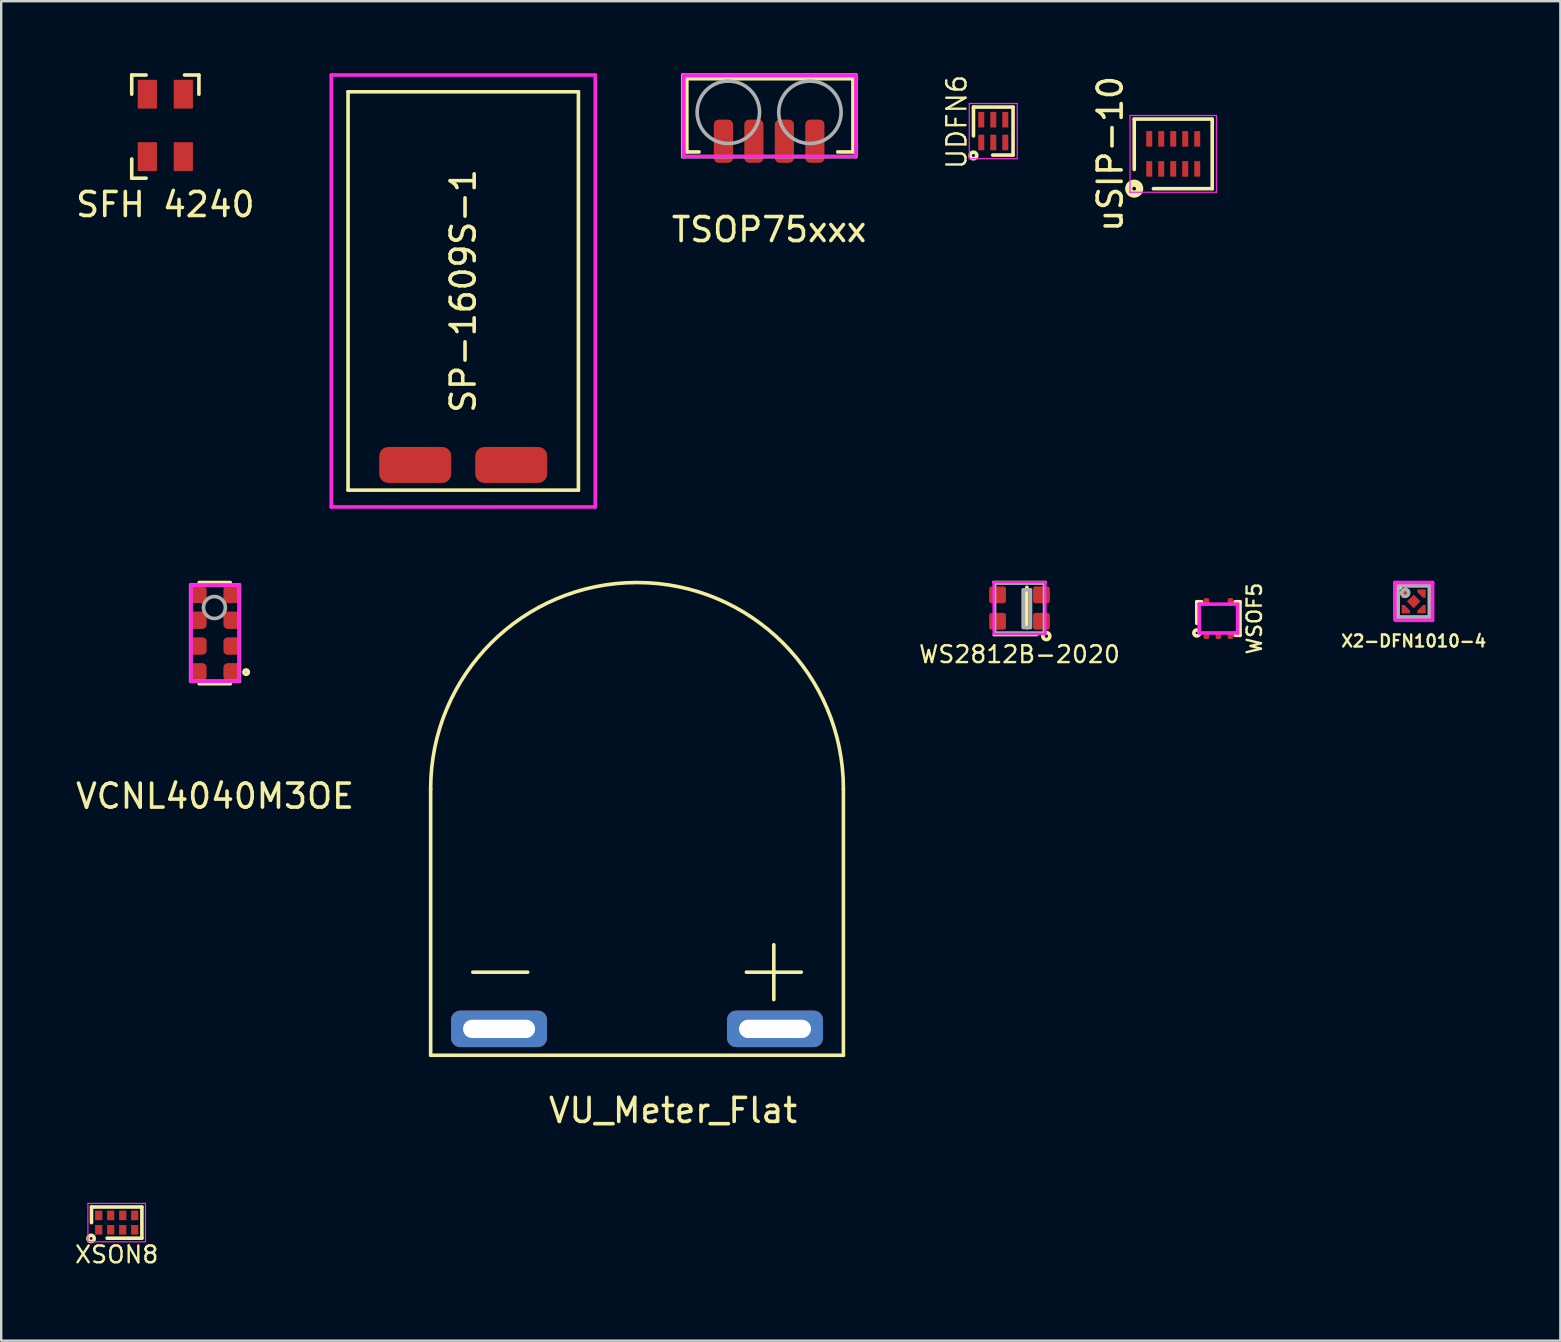
<source format=kicad_pcb>
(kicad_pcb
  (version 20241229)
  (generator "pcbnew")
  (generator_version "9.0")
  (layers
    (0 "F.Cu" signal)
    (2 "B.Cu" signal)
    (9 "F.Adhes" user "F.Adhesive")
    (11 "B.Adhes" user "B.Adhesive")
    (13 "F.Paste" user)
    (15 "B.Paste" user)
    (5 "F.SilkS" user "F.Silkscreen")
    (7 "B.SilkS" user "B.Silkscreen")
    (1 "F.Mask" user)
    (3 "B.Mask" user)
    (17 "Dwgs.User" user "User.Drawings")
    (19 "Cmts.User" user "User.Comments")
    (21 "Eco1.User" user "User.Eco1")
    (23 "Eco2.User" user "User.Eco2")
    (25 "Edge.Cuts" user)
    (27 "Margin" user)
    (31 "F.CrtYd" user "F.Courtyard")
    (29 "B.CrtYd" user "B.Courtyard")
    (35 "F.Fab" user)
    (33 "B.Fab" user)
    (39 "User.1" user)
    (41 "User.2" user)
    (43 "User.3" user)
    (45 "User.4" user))
  (footprint "SFH 4240"
    (layer "F.Cu")
    (at 3.839 2.175)
    (property "Reference" "SFH 4240" (at 0 3.3 0) (layer "F.SilkS") (effects (font (size 1 1) (thickness 0.15))))
    (attr through_hole)
    (fp_line (start -1.4 -2.1) (end -0.8 -2.1) (stroke (width 0.15) (type solid)) (layer "F.SilkS"))
    (fp_line (start -1.4 -1.3) (end -1.4 -2.1) (stroke (width 0.15) (type solid)) (layer "F.SilkS"))
    (fp_line (start -1.4 2.2) (end -1.4 1.4) (stroke (width 0.15) (type solid)) (layer "F.SilkS"))
    (fp_line (start -0.8 2.2) (end -1.4 2.2) (stroke (width 0.15) (type solid)) (layer "F.SilkS"))
    (fp_line (start 0.8 -2.1) (end 1.4 -2.1) (stroke (width 0.15) (type solid)) (layer "F.SilkS"))
    (fp_line (start 1.4 -2.1) (end 1.4 -1.3) (stroke (width 0.15) (type solid)) (layer "F.SilkS"))
    (pad "1" smd rect (at -0.75 -1.3) (size 0.8 1.2) (layers "F.Cu" "F.Mask" "F.Paste"))
    (pad "1" smd rect (at -0.75 1.3) (size 0.8 1.2) (layers "F.Cu" "F.Mask" "F.Paste"))
    (pad "1" smd rect (at 0.75 -1.3) (size 0.8 1.2) (layers "F.Cu" "F.Mask" "F.Paste"))
    (pad "2" smd rect (at 0.75 1.3) (size 0.8 1.2) (layers "F.Cu" "F.Mask" "F.Paste")))
  (footprint "VCNL4040M3OE"
    (layer "F.Cu")
    (at 5.911 23.333)
    (property "Reference" "VCNL4040M3OE" (at 0 6.795 0) (layer "F.SilkS") (effects (font (size 1 1) (thickness 0.15))))
    (attr through_hole)
    (fp_line (start -0.66 -2.108) (end 0.635 -2.108) (stroke (width 0.15) (type solid)) (layer "F.SilkS"))
    (fp_line (start -0.66 2.108) (end 0.635 2.108) (stroke (width 0.15) (type solid)) (layer "F.SilkS"))
    (fp_circle (center 1.295 1.626) (end 1.372 1.676) (stroke (width 0.15) (type solid)) (fill no) (layer "F.SilkS"))
    (fp_line (start -1 -2) (end 1 -2) (stroke (width 0.15) (type solid)) (layer "F.CrtYd"))
    (fp_line (start -1 2) (end -1 -2) (stroke (width 0.15) (type solid)) (layer "F.CrtYd"))
    (fp_line (start 1 -2) (end 1 2) (stroke (width 0.15) (type solid)) (layer "F.CrtYd"))
    (fp_line (start 1 2) (end -1 2) (stroke (width 0.15) (type solid)) (layer "F.CrtYd"))
    (fp_line (start -1.016 -2.007) (end 1.016 -2.007) (stroke (width 0.15) (type solid)) (layer "F.Fab"))
    (fp_line (start -1.016 2.007) (end -1.016 -2.007) (stroke (width 0.15) (type solid)) (layer "F.Fab"))
    (fp_line (start 1.016 -2.007) (end 1.016 2.007) (stroke (width 0.15) (type solid)) (layer "F.Fab"))
    (fp_line (start 1.016 2.007) (end -1.016 2.007) (stroke (width 0.15) (type solid)) (layer "F.Fab"))
    (fp_circle (center -0.025 -1.067) (end 0.432 -1.041) (stroke (width 0.15) (type solid)) (fill no) (layer "F.Fab"))
    (pad "1" smd roundrect (at 0.7 1.613) (size 0.7 0.725) (layers "F.Cu" "F.Mask" "F.Paste") (roundrect_rratio 0.25))
    (pad "2" smd roundrect (at 0.7 0.537) (size 0.7 0.725) (layers "F.Cu" "F.Mask" "F.Paste") (roundrect_rratio 0.25))
    (pad "3" smd roundrect (at 0.7 -0.537) (size 0.7 0.725) (layers "F.Cu" "F.Mask" "F.Paste") (roundrect_rratio 0.25))
    (pad "4" smd roundrect (at 0.7 -1.613) (size 0.7 0.725) (layers "F.Cu" "F.Mask" "F.Paste") (roundrect_rratio 0.25))
    (pad "5" smd roundrect (at -0.7 -1.613) (size 0.7 0.725) (layers "F.Cu" "F.Mask" "F.Paste") (roundrect_rratio 0.25))
    (pad "6" smd roundrect (at -0.7 -0.537) (size 0.7 0.725) (layers "F.Cu" "F.Mask" "F.Paste") (roundrect_rratio 0.25))
    (pad "7" smd roundrect (at -0.7 0.537) (size 0.7 0.725) (layers "F.Cu" "F.Mask" "F.Paste") (roundrect_rratio 0.25))
    (pad "8" smd roundrect (at -0.7 1.613) (size 0.7 0.725) (layers "F.Cu" "F.Mask" "F.Paste") (roundrect_rratio 0.25)))
  (footprint "UDFN6"
    (layer "F.Cu")
    (at 38.341 2.413)
    (property "Reference" "UDFN6" (at -1.524 -0.381 90) (layer "F.SilkS") (effects (font (size 0.8 0.8) (thickness 0.1))))
    (attr smd)
    (fp_line (start -0.825 -1) (end 0.825 -1) (stroke (width 0.15) (type solid)) (layer "F.SilkS"))
    (fp_line (start -0.825 0.2) (end -0.825 -1) (stroke (width 0.15) (type solid)) (layer "F.SilkS"))
    (fp_line (start 0.825 -1) (end 0.825 1) (stroke (width 0.15) (type solid)) (layer "F.SilkS"))
    (fp_line (start 0.825 1) (end -0.025 1) (stroke (width 0.15) (type solid)) (layer "F.SilkS"))
    (fp_circle (center -0.826 1.016) (end -0.762 1.016) (stroke (width 0.15) (type solid)) (fill no) (layer "F.SilkS"))
    (fp_line (start -1 -1.15) (end 1 -1.15) (stroke (width 0.05) (type solid)) (layer "F.CrtYd"))
    (fp_line (start -1 1.15) (end -1 -1.15) (stroke (width 0.05) (type solid)) (layer "F.CrtYd"))
    (fp_line (start 1 -1.15) (end 1 1.15) (stroke (width 0.05) (type solid)) (layer "F.CrtYd"))
    (fp_line (start 1 1.15) (end -1 1.15) (stroke (width 0.05) (type solid)) (layer "F.CrtYd"))
    (pad "1" smd rect (at -0.5 0.475) (size 0.25 0.65) (layers "F.Cu" "F.Mask" "F.Paste"))
    (pad "2" smd rect (at 0 0.475) (size 0.25 0.65) (layers "F.Cu" "F.Mask" "F.Paste"))
    (pad "3" smd rect (at 0.5 0.475) (size 0.25 0.65) (layers "F.Cu" "F.Mask" "F.Paste"))
    (pad "4" smd rect (at 0.5 -0.475) (size 0.25 0.65) (layers "F.Cu" "F.Mask" "F.Paste"))
    (pad "5" smd rect (at 0 -0.475) (size 0.25 0.65) (layers "F.Cu" "F.Mask" "F.Paste"))
    (pad "6" smd rect (at -0.5 -0.475) (size 0.25 0.65) (layers "F.Cu" "F.Mask" "F.Paste")))
  (footprint "WS2812B-2020"
    (layer "F.Cu")
    (at 39.435 22.29)
    (property "Reference" "WS2812B-2020" (at 0 1.93 0) (layer "F.SilkS") (effects (font (size 0.7 0.7) (thickness 0.1))))
    (attr smd)
    (fp_line (start -1.079 -1.079) (end 1.079 -1.079) (stroke (width 0.12) (type solid)) (layer "F.SilkS"))
    (fp_line (start 0.305 -0.864) (end 0.305 0.813) (stroke (width 0.15) (type solid)) (layer "F.SilkS"))
    (fp_line (start 0.711 1.118) (end -1.067 1.118) (stroke (width 0.12) (type solid)) (layer "F.SilkS"))
    (fp_circle (center 1.118 1.168) (end 1.168 1.219) (stroke (width 0.15) (type solid)) (fill no) (layer "F.SilkS"))
    (fp_line (start -1.079 -1.079) (end 1.079 -1.079) (stroke (width 0.1) (type solid)) (layer "F.CrtYd"))
    (fp_line (start -1.079 1.079) (end -1.079 -1.079) (stroke (width 0.1) (type solid)) (layer "F.CrtYd"))
    (fp_line (start 1.079 -1.079) (end 1.079 1.079) (stroke (width 0.1) (type solid)) (layer "F.CrtYd"))
    (fp_line (start 1.079 1.079) (end -1.079 1.079) (stroke (width 0.1) (type solid)) (layer "F.CrtYd"))
    (fp_line (start -1.016 -1.016) (end 1.016 -1.016) (stroke (width 0.1) (type solid)) (layer "F.Fab"))
    (fp_line (start -1.016 1.016) (end -1.016 -1.016) (stroke (width 0.1) (type solid)) (layer "F.Fab"))
    (fp_line (start 1.016 -1.016) (end 1.016 1.016) (stroke (width 0.1) (type solid)) (layer "F.Fab"))
    (fp_line (start 1.016 1.016) (end -1.016 1.016) (stroke (width 0.1) (type solid)) (layer "F.Fab"))
    (fp_poly (pts (xy 0.152 -0.762) (xy 0.152 0.813) (xy 0.457 0.813) (xy 0.457 -0.762)) (stroke (width 0.15) (type solid)) (fill no) (layer "F.Fab"))
    (pad "1" smd roundrect (at -0.915 0.55) (size 0.7 0.7) (layers "F.Cu" "F.Mask" "F.Paste") (roundrect_rratio 0.14))
    (pad "2" smd roundrect (at 0.915 0.55) (size 0.7 0.7) (layers "F.Cu" "F.Mask" "F.Paste") (roundrect_rratio 0.14))
    (pad "3" smd roundrect (at 0.915 -0.55) (size 0.7 0.7) (layers "F.Cu" "F.Mask" "F.Paste") (roundrect_rratio 0.14))
    (pad "4" smd roundrect (at -0.915 -0.55) (size 0.7 0.7) (layers "F.Cu" "F.Mask" "F.Paste") (roundrect_rratio 0.14)))
  (footprint "X2-DFN1010-4"
    (layer "F.Cu")
    (at 55.862 22.012)
    (property "Reference" "X2-DFN1010-4" (at 0 1.651 0) (layer "F.SilkS") (effects (font (size 0.5 0.5) (thickness 0.1))))
    (attr through_hole)
    (fp_line (start -0.66 0.66) (end -0.66 -0.381) (stroke (width 0.15) (type solid)) (layer "F.SilkS"))
    (fp_line (start -0.381 -0.66) (end 0.66 -0.66) (stroke (width 0.15) (type solid)) (layer "F.SilkS"))
    (fp_line (start 0.66 -0.66) (end 0.66 0.66) (stroke (width 0.15) (type solid)) (layer "F.SilkS"))
    (fp_line (start 0.66 0.66) (end -0.66 0.66) (stroke (width 0.15) (type solid)) (layer "F.SilkS"))
    (fp_circle (center -0.66 -0.66) (end -0.61 -0.66) (stroke (width 0.15) (type solid)) (fill no) (layer "F.SilkS"))
    (fp_line (start -0.787 -0.787) (end 0.787 -0.787) (stroke (width 0.15) (type solid)) (layer "F.CrtYd"))
    (fp_line (start -0.787 0.762) (end -0.787 -0.787) (stroke (width 0.15) (type solid)) (layer "F.CrtYd"))
    (fp_line (start 0.787 -0.787) (end 0.787 0.787) (stroke (width 0.15) (type solid)) (layer "F.CrtYd"))
    (fp_line (start 0.787 0.787) (end -0.762 0.787) (stroke (width 0.15) (type solid)) (layer "F.CrtYd"))
    (fp_line (start -0.66 0.66) (end -0.66 -0.66) (stroke (width 0.15) (type solid)) (layer "F.Fab"))
    (fp_line (start 0.66 -0.66) (end -0.66 -0.66) (stroke (width 0.15) (type solid)) (layer "F.Fab"))
    (fp_line (start 0.66 -0.66) (end 0.66 0.66) (stroke (width 0.15) (type solid)) (layer "F.Fab"))
    (fp_line (start 0.66 0.66) (end -0.66 0.66) (stroke (width 0.15) (type solid)) (layer "F.Fab"))
    (fp_circle (center -0.356 -0.356) (end -0.305 -0.305) (stroke (width 0.15) (type solid)) (fill no) (layer "F.Fab"))
    (pad "1" smd custom (at -0.325 -0.325) (size 0.1 0.1) (layers "F.Cu" "F.Mask" "F.Paste") (options (anchor rect)) (primitives (gr_poly (pts (xy -0.175 -0.175) (xy -0.175 0.175) (xy -0.063 0.175) (xy 0.175 -0.063) (xy 0.175 -0.175)) (width 0) (fill yes))))
    (pad "2" smd custom (at -0.325 0.325 90) (size 0.1 0.1) (layers "F.Cu" "F.Mask" "F.Paste") (options (anchor rect)) (primitives (gr_poly (pts (xy -0.175 -0.175) (xy -0.175 0.175) (xy -0.063 0.175) (xy 0.175 -0.063) (xy 0.175 -0.175)) (width 0) (fill yes))))
    (pad "3" smd custom (at 0.325 0.325 180) (size 0.1 0.1) (layers "F.Cu" "F.Mask" "F.Paste") (options (anchor rect)) (primitives (gr_poly (pts (xy -0.175 -0.175) (xy -0.175 0.175) (xy -0.063 0.175) (xy 0.175 -0.063) (xy 0.175 -0.175)) (width 0) (fill yes))))
    (pad "4" smd custom (at 0.325 -0.325 270) (size 0.1 0.1) (layers "F.Cu" "F.Mask" "F.Paste") (options (anchor rect)) (primitives (gr_poly (pts (xy -0.175 -0.175) (xy -0.175 0.175) (xy -0.063 0.175) (xy 0.175 -0.063) (xy 0.175 -0.175)) (width 0) (fill yes))))
    (pad "5" smd rect (at 0 0 45) (size 0.4 0.4) (layers "F.Cu" "F.Mask" "F.Paste")))
  (footprint "WSOF5"
    (layer "F.Cu")
    (at 47.723 22.726)
    (property "Reference" "WSOF5" (at 1.5 0 90) (layer "F.SilkS") (effects (font (size 0.6 0.6) (thickness 0.1))))
    (attr smd)
    (fp_line (start -0.9 -0.7) (end -0.9 0.2) (stroke (width 0.15) (type solid)) (layer "F.SilkS"))
    (fp_line (start -0.7 -0.7) (end -0.9 -0.7) (stroke (width 0.15) (type solid)) (layer "F.SilkS"))
    (fp_line (start 0.7 -0.7) (end 0.9 -0.7) (stroke (width 0.15) (type solid)) (layer "F.SilkS"))
    (fp_line (start 0.7 0.7) (end 0.9 0.7) (stroke (width 0.15) (type solid)) (layer "F.SilkS"))
    (fp_line (start 0.9 0.7) (end 0.9 -0.7) (stroke (width 0.15) (type solid)) (layer "F.SilkS"))
    (fp_circle (center -0.9 0.6) (end -0.85 0.6) (stroke (width 0.15) (type solid)) (fill no) (layer "F.SilkS"))
    (fp_line (start -0.8 -0.6) (end 0.8 -0.6) (stroke (width 0.15) (type solid)) (layer "F.CrtYd"))
    (fp_line (start -0.8 0.6) (end -0.8 -0.6) (stroke (width 0.15) (type solid)) (layer "F.CrtYd"))
    (fp_line (start 0.8 -0.6) (end 0.8 0.6) (stroke (width 0.15) (type solid)) (layer "F.CrtYd"))
    (fp_line (start 0.8 0.6) (end -0.8 0.6) (stroke (width 0.15) (type solid)) (layer "F.CrtYd"))
    (pad "1" smd roundrect (at -0.5 0.7) (size 0.23 0.3) (layers "F.Cu" "F.Mask" "F.Paste") (roundrect_rratio 0.25))
    (pad "2" smd roundrect (at 0 0.7) (size 0.23 0.3) (layers "F.Cu" "F.Mask" "F.Paste") (roundrect_rratio 0.25))
    (pad "3" smd roundrect (at 0.5 0.7) (size 0.23 0.3) (layers "F.Cu" "F.Mask" "F.Paste") (roundrect_rratio 0.25))
    (pad "4" smd roundrect (at 0.5 -0.7) (size 0.23 0.3) (layers "F.Cu" "F.Mask" "F.Paste") (roundrect_rratio 0.25))
    (pad "5" smd roundrect (at -0.5 -0.7) (size 0.23 0.3) (layers "F.Cu" "F.Mask" "F.Paste") (roundrect_rratio 0.25)))
  (footprint "VU_Meter_Flat"
    (layer "F.Cu")
    (at 23.496 39.825)
    (property "Reference" "VU_Meter_Flat" (at 1.5 3.4 0) (layer "F.SilkS") (effects (font (size 1 1) (thickness 0.15))))
    (attr through_hole)
    (fp_line (start -8.6 1.1) (end -8.6 -10) (stroke (width 0.15) (type solid)) (layer "F.SilkS"))
    (fp_line (start 8.6 -10) (end 8.6 1.1) (stroke (width 0.15) (type solid)) (layer "F.SilkS"))
    (fp_line (start 8.6 1.1) (end -8.6 1.1) (stroke (width 0.15) (type solid)) (layer "F.SilkS"))
    (fp_arc (start -8.6 -10) (mid 0 -18.6) (end 8.6 -10) (stroke (width 0.15) (type solid)) (layer "F.SilkS"))
    (fp_text user "+" (at 5.7 -2.6 0) (layer "F.SilkS") (effects (font (size 3 3) (thickness 0.15))))
    (fp_text user "-" (at -5.7 -2.6 0) (layer "F.SilkS") (effects (font (size 3 3) (thickness 0.15))))
    (pad "1" thru_hole roundrect (at -5.75 0) (size 4 1.524) (drill oval 3 0.762) (layers "*.Cu" "*.Mask") (roundrect_rratio 0.25))
    (pad "2" thru_hole roundrect (at 5.75 0) (size 4 1.524) (drill oval 3 0.762) (layers "*.Cu" "*.Mask") (roundrect_rratio 0.25)))
  (footprint "XSON8"
    (layer "F.Cu")
    (at 1.813 47.898)
    (property "Reference" "XSON8" (at 0 1.333 180) (layer "F.SilkS") (effects (font (size 0.7 0.7) (thickness 0.1))))
    (attr smd)
    (fp_line (start -1.05 -0.65) (end 1.05 -0.65) (stroke (width 0.15) (type solid)) (layer "F.SilkS"))
    (fp_line (start -1.05 0) (end -1.05 -0.65) (stroke (width 0.15) (type solid)) (layer "F.SilkS"))
    (fp_line (start 1.05 -0.65) (end 1.05 0.65) (stroke (width 0.15) (type solid)) (layer "F.SilkS"))
    (fp_line (start 1.05 0.65) (end -0.4 0.65) (stroke (width 0.15) (type solid)) (layer "F.SilkS"))
    (fp_circle (center -1.067 0.66) (end -1.041 0.711) (stroke (width 0.15) (type solid)) (fill no) (layer "F.SilkS"))
    (fp_line (start -1.2 -0.8) (end 1.2 -0.8) (stroke (width 0.05) (type solid)) (layer "F.CrtYd"))
    (fp_line (start -1.2 0.8) (end -1.2 -0.8) (stroke (width 0.05) (type solid)) (layer "F.CrtYd"))
    (fp_line (start 1.2 -0.8) (end 1.2 0.8) (stroke (width 0.05) (type solid)) (layer "F.CrtYd"))
    (fp_line (start 1.2 0.8) (end -1.2 0.8) (stroke (width 0.05) (type solid)) (layer "F.CrtYd"))
    (pad "1" smd rect (at -0.75 0.3) (size 0.3 0.4) (layers "F.Cu" "F.Mask" "F.Paste"))
    (pad "2" smd rect (at -0.25 0.3) (size 0.3 0.4) (layers "F.Cu" "F.Mask" "F.Paste"))
    (pad "3" smd rect (at 0.25 0.3) (size 0.3 0.4) (layers "F.Cu" "F.Mask" "F.Paste"))
    (pad "4" smd rect (at 0.75 0.3) (size 0.3 0.4) (layers "F.Cu" "F.Mask" "F.Paste"))
    (pad "5" smd rect (at 0.75 -0.3) (size 0.3 0.4) (layers "F.Cu" "F.Mask" "F.Paste"))
    (pad "6" smd rect (at 0.25 -0.3) (size 0.3 0.4) (layers "F.Cu" "F.Mask" "F.Paste"))
    (pad "7" smd rect (at -0.25 -0.3) (size 0.3 0.4) (layers "F.Cu" "F.Mask" "F.Paste"))
    (pad "8" smd rect (at -0.75 -0.3) (size 0.3 0.4) (layers "F.Cu" "F.Mask" "F.Paste")))
  (footprint "TSOP75xxx"
    (layer "F.Cu")
    (at 29.001 2.835)
    (property "Reference" "TSOP75xxx" (at 0 3.683 0) (layer "F.SilkS") (effects (font (size 1 1) (thickness 0.15))))
    (attr through_hole)
    (fp_line (start -3.429 -2.603) (end 3.493 -2.603) (stroke (width 0.15) (type solid)) (layer "F.SilkS"))
    (fp_line (start -3.429 0.445) (end -3.429 -2.603) (stroke (width 0.15) (type solid)) (layer "F.SilkS"))
    (fp_line (start -2.921 0.445) (end -3.429 0.445) (stroke (width 0.15) (type solid)) (layer "F.SilkS"))
    (fp_line (start 3.493 -2.603) (end 3.493 0.445) (stroke (width 0.15) (type solid)) (layer "F.SilkS"))
    (fp_line (start 3.493 0.445) (end 2.857 0.445) (stroke (width 0.15) (type solid)) (layer "F.SilkS"))
    (fp_line (start -3.556 -2.731) (end -3.556 0.635) (stroke (width 0.15) (type solid)) (layer "F.CrtYd"))
    (fp_line (start -3.556 0.635) (end 3.619 0.635) (stroke (width 0.15) (type solid)) (layer "F.CrtYd"))
    (fp_line (start 3.619 -2.731) (end -3.556 -2.731) (stroke (width 0.15) (type solid)) (layer "F.CrtYd"))
    (fp_line (start 3.619 0.635) (end 3.619 -2.731) (stroke (width 0.15) (type solid)) (layer "F.CrtYd"))
    (fp_line (start -3.6 -2.76) (end -3.6 0.644) (stroke (width 0.15) (type solid)) (layer "F.Fab"))
    (fp_line (start 3.6 -2.76) (end -3.6 -2.76) (stroke (width 0.15) (type solid)) (layer "F.Fab"))
    (fp_line (start 3.6 0.644) (end -3.6 0.644) (stroke (width 0.15) (type solid)) (layer "F.Fab"))
    (fp_line (start 3.629 0.644) (end 3.629 -2.76) (stroke (width 0.15) (type solid)) (layer "F.Fab"))
    (fp_circle (center -1.7 -1.206) (end -0.4 -1.206) (stroke (width 0.15) (type solid)) (fill no) (layer "F.Fab"))
    (fp_circle (center 1.7 -1.206) (end 3 -1.206) (stroke (width 0.15) (type solid)) (fill no) (layer "F.Fab"))
    (pad "1" smd roundrect (at -1.905 0) (size 0.8 1.8) (layers "F.Cu" "F.Mask" "F.Paste") (roundrect_rratio 0.25))
    (pad "1" smd roundrect (at 1.905 0) (size 0.8 1.8) (layers "F.Cu" "F.Mask" "F.Paste") (roundrect_rratio 0.25))
    (pad "2" smd roundrect (at -0.635 0) (size 0.8 1.8) (layers "F.Cu" "F.Mask" "F.Paste") (roundrect_rratio 0.25))
    (pad "3" smd roundrect (at 0.635 0) (size 0.8 1.8) (layers "F.Cu" "F.Mask" "F.Paste") (roundrect_rratio 0.25)))
  (footprint "uSIP-10"
    (layer "F.Cu")
    (at 45.84 3.363)
    (property "Reference" "uSIP-10" (at -2.625 0 90) (layer "F.SilkS") (effects (font (size 1 1) (thickness 0.15))))
    (attr smd)
    (fp_line (start -1.625 -1.45) (end 1.625 -1.45) (stroke (width 0.15) (type solid)) (layer "F.SilkS"))
    (fp_line (start -1.625 0.65) (end -1.625 -1.45) (stroke (width 0.15) (type solid)) (layer "F.SilkS"))
    (fp_line (start 1.625 -1.45) (end 1.625 1.45) (stroke (width 0.15) (type solid)) (layer "F.SilkS"))
    (fp_line (start 1.625 1.45) (end -0.825 1.45) (stroke (width 0.15) (type solid)) (layer "F.SilkS"))
    (fp_circle (center -1.626 1.448) (end -1.549 1.448) (stroke (width 0.3) (type solid)) (fill no) (layer "F.SilkS"))
    (fp_line (start -1.8 -1.6) (end 1.8 -1.6) (stroke (width 0.05) (type solid)) (layer "F.CrtYd"))
    (fp_line (start -1.8 1.6) (end -1.8 -1.6) (stroke (width 0.05) (type solid)) (layer "F.CrtYd"))
    (fp_line (start 1.8 -1.6) (end 1.8 1.6) (stroke (width 0.05) (type solid)) (layer "F.CrtYd"))
    (fp_line (start 1.8 1.6) (end -1.8 1.6) (stroke (width 0.05) (type solid)) (layer "F.CrtYd"))
    (pad "1" smd rect (at -1 0.625) (size 0.25 0.65) (layers "F.Cu" "F.Mask" "F.Paste"))
    (pad "2" smd rect (at -0.5 0.625) (size 0.25 0.65) (layers "F.Cu" "F.Mask" "F.Paste"))
    (pad "3" smd rect (at 0 0.625) (size 0.25 0.65) (layers "F.Cu" "F.Mask" "F.Paste"))
    (pad "4" smd rect (at 0.5 0.625) (size 0.25 0.65) (layers "F.Cu" "F.Mask" "F.Paste"))
    (pad "5" smd rect (at 1 0.625) (size 0.25 0.65) (layers "F.Cu" "F.Mask" "F.Paste"))
    (pad "6" smd rect (at 1 -0.625) (size 0.25 0.65) (layers "F.Cu" "F.Mask" "F.Paste"))
    (pad "7" smd rect (at 0.5 -0.625) (size 0.25 0.65) (layers "F.Cu" "F.Mask" "F.Paste"))
    (pad "8" smd rect (at 0 -0.625) (size 0.25 0.65) (layers "F.Cu" "F.Mask" "F.Paste"))
    (pad "9" smd rect (at -0.5 -0.625) (size 0.25 0.65) (layers "F.Cu" "F.Mask" "F.Paste"))
    (pad "10" smd rect (at -1 -0.625) (size 0.25 0.65) (layers "F.Cu" "F.Mask" "F.Paste")))
  (footprint "SP-1609S-1"
    (layer "F.Cu")
    (at 16.254 9.075)
    (property "Reference" "SP-1609S-1" (at 0 0 90) (layer "F.SilkS") (effects (font (size 1 1) (thickness 0.15))))
    (attr through_hole)
    (fp_line (start -4.8 -8.3) (end 4.8 -8.3) (stroke (width 0.15) (type solid)) (layer "F.SilkS"))
    (fp_line (start -4.8 8.3) (end -4.8 -8.3) (stroke (width 0.15) (type solid)) (layer "F.SilkS"))
    (fp_line (start 4.8 -8.3) (end 4.8 8.3) (stroke (width 0.15) (type solid)) (layer "F.SilkS"))
    (fp_line (start 4.8 8.3) (end -4.8 8.3) (stroke (width 0.15) (type solid)) (layer "F.SilkS"))
    (fp_line (start -5.5 -9) (end 5.5 -9) (stroke (width 0.15) (type solid)) (layer "F.CrtYd"))
    (fp_line (start -5.5 9) (end -5.5 -9) (stroke (width 0.15) (type solid)) (layer "F.CrtYd"))
    (fp_line (start 5.5 -9) (end 5.5 9) (stroke (width 0.15) (type solid)) (layer "F.CrtYd"))
    (fp_line (start 5.5 9) (end -5.5 9) (stroke (width 0.15) (type solid)) (layer "F.CrtYd"))
    (pad "1" smd roundrect (at 2 7.25) (size 3 1.5) (layers "F.Cu" "F.Mask") (roundrect_rratio 0.25))
    (pad "2" smd roundrect (at -2 7.25) (size 3 1.5) (layers "F.Cu" "F.Mask") (roundrect_rratio 0.25)))
  (gr_rect
    (start -3 -3)
    (end 61.973 52.817)
    (stroke (width 0.1) (type default))
    (fill no)
    (layer "Edge.Cuts")))
</source>
